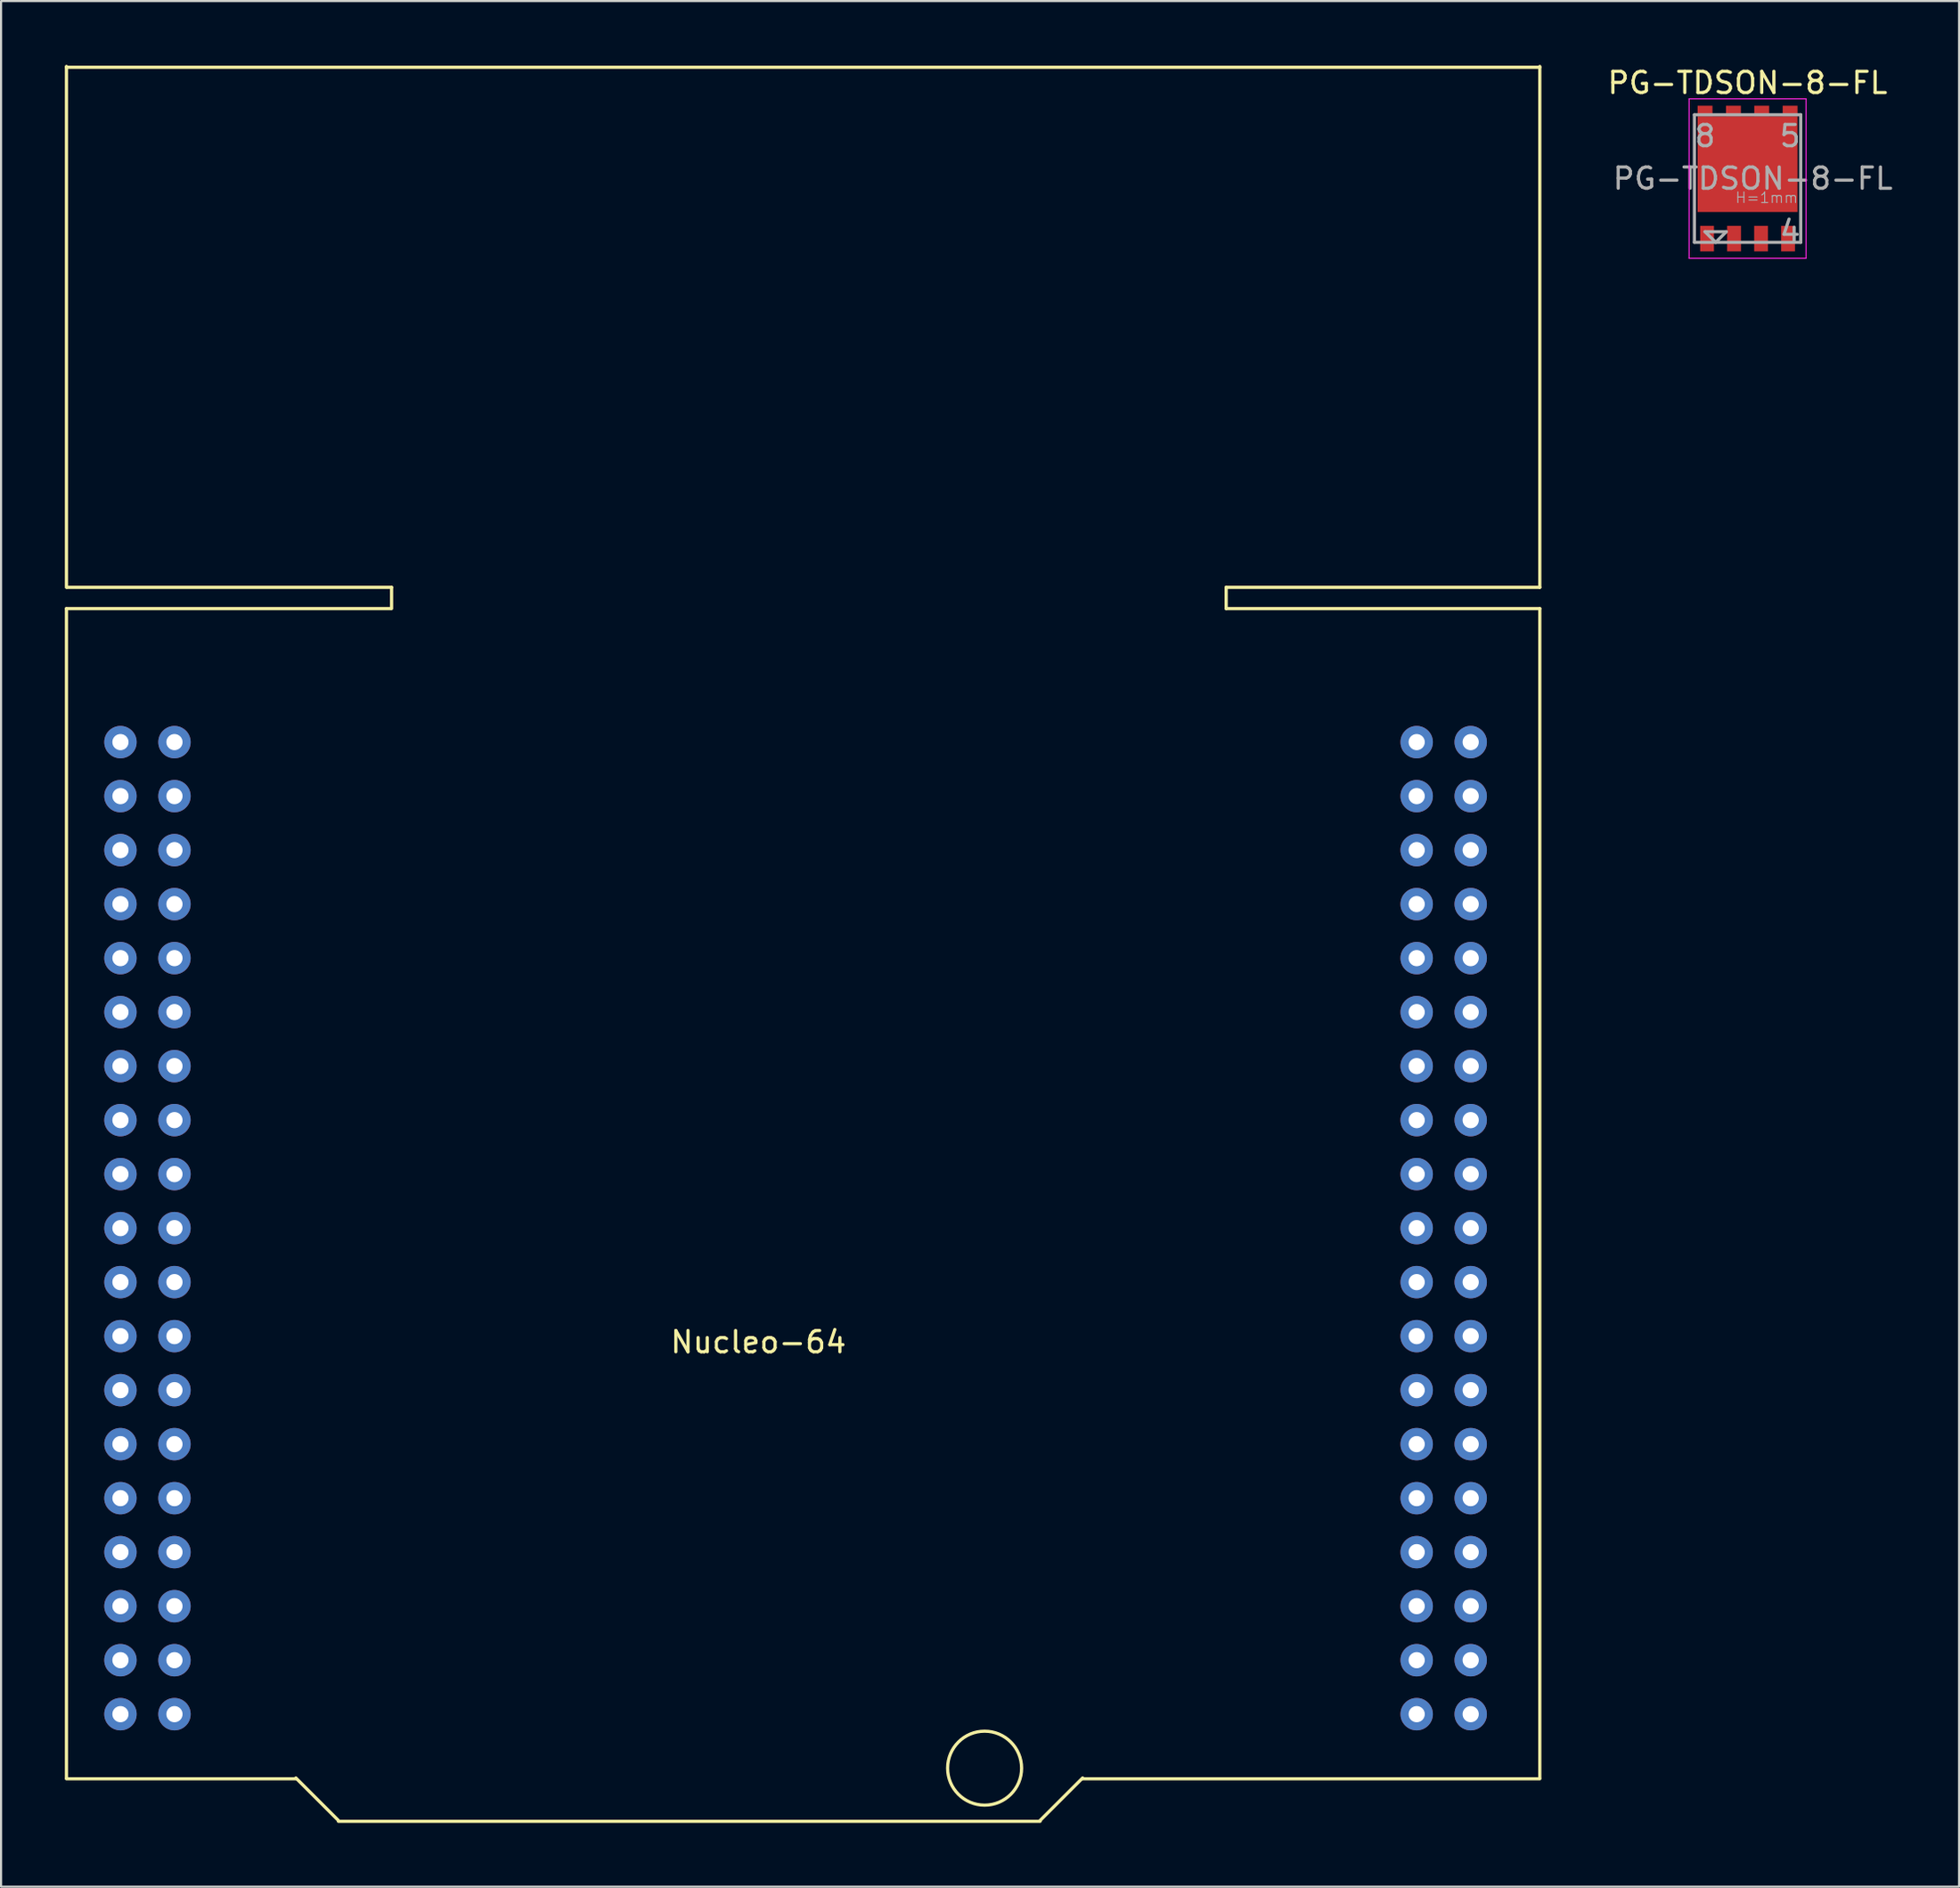
<source format=kicad_pcb>
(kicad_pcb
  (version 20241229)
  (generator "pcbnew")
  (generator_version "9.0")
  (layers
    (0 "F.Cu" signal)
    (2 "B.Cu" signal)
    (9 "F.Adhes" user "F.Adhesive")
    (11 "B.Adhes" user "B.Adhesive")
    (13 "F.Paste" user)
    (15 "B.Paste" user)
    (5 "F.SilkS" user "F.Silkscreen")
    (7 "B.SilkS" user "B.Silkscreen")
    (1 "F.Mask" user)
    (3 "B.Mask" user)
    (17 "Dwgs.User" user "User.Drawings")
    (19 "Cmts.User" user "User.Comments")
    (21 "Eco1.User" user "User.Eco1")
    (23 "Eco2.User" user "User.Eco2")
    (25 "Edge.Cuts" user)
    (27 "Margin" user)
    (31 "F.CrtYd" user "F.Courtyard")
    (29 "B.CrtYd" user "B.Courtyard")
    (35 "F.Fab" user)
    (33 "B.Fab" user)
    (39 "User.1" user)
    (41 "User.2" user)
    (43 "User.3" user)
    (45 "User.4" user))
  (footprint "PG-TDSON-8-FL"
    (layer "F.Cu")
    (at 79.136 5.348)
    (property "Reference" "PG-TDSON-8-FL" (at 0 -4.5 0) (layer "F.SilkS") (effects (font (size 1 1) (thickness 0.15))))
    (attr smd)
    (fp_line (start -2.75 3.75) (end -2.75 -3.75) (stroke (width 0.05) (type solid)) (layer "F.CrtYd"))
    (fp_line (start 2.75 -3.75) (end -2.75 -3.75) (stroke (width 0.05) (type solid)) (layer "F.CrtYd"))
    (fp_line (start 2.75 -3.75) (end 2.75 3.75) (stroke (width 0.05) (type solid)) (layer "F.CrtYd"))
    (fp_line (start 2.75 3.75) (end -2.75 3.75) (stroke (width 0.05) (type solid)) (layer "F.CrtYd"))
    (fp_line (start -2.5 -3) (end -2.5 3) (stroke (width 0.15) (type solid)) (layer "F.Fab"))
    (fp_line (start -2.5 3) (end 2.5 3) (stroke (width 0.15) (type solid)) (layer "F.Fab"))
    (fp_line (start -2 2.5) (end -1.5 3) (stroke (width 0.15) (type solid)) (layer "F.Fab"))
    (fp_line (start -1.5 3) (end -1 2.5) (stroke (width 0.15) (type solid)) (layer "F.Fab"))
    (fp_line (start -1 2.5) (end -2 2.5) (stroke (width 0.15) (type solid)) (layer "F.Fab"))
    (fp_line (start 2.5 -3) (end -2.5 -3) (stroke (width 0.15) (type solid)) (layer "F.Fab"))
    (fp_line (start 2.5 3) (end 2.5 -3) (stroke (width 0.15) (type solid)) (layer "F.Fab"))
    (fp_text user "H=1mm" (at 0.9 0.9 0) (layer "F.Fab") (effects (font (size 0.5 0.5) (thickness 0.05))))
    (fp_text user "${REFERENCE}" (at 0.25 0 0) (layer "F.Fab") (effects (font (size 1 1) (thickness 0.15))))
    (fp_text user "4" (at 2 2.5 0) (layer "F.Fab") (effects (font (size 1 1) (thickness 0.15))))
    (fp_text user "8" (at -2 -2 0) (layer "F.Fab") (effects (font (size 1 1) (thickness 0.15))))
    (fp_text user "5" (at 2 -2 0) (layer "F.Fab") (effects (font (size 1 1) (thickness 0.15))))
    (pad "" smd rect (at -1 -1.5) (size 1.5 1.5) (layers "F.Mask" "F.Paste"))
    (pad "" smd rect (at -1 0.5) (size 1.5 1.5) (layers "F.Mask" "F.Paste"))
    (pad "" smd rect (at 1 -1.5) (size 1.5 1.5) (layers "F.Mask" "F.Paste"))
    (pad "" smd rect (at 1 0.5) (size 1.5 1.5) (layers "F.Mask" "F.Paste"))
    (pad "D" smd rect (at -2 -3.175) (size 0.7 0.5) (layers "F.Cu" "F.Mask" "F.Paste"))
    (pad "D" smd rect (at -0.665 -3.175) (size 0.7 0.5) (layers "F.Cu" "F.Mask" "F.Paste"))
    (pad "D" smd rect (at 0 -0.675) (size 4.7 4.5) (layers "F.Cu" "F.Mask"))
    (pad "D" smd rect (at 0.665 -3.175) (size 0.7 0.5) (layers "F.Cu" "F.Mask" "F.Paste"))
    (pad "D" smd rect (at 2 -3.175) (size 0.7 0.5) (layers "F.Cu" "F.Mask" "F.Paste"))
    (pad "G" smd rect (at 1.905 2.825) (size 0.65 1.2) (layers "F.Cu" "F.Mask" "F.Paste"))
    (pad "S" smd rect (at -1.905 2.825) (size 0.65 1.2) (layers "F.Cu" "F.Mask" "F.Paste"))
    (pad "S" smd rect (at -0.635 2.825) (size 0.65 1.2) (layers "F.Cu" "F.Mask" "F.Paste"))
    (pad "S" smd rect (at 0.635 2.825) (size 0.65 1.2) (layers "F.Cu" "F.Mask" "F.Paste")))
  (footprint "Nucleo-64"
    (layer "F.Cu")
    (at 2.615 77.575)
    (property "Reference" "Nucleo-64" (at 30 -17.5 0) (layer "F.SilkS") (effects (font (size 1 1) (thickness 0.15))))
    (attr through_hole)
    (fp_line (start -2.54 -77.5) (end -2.54 -53) (stroke (width 0.15) (type solid)) (layer "F.SilkS"))
    (fp_line (start -2.54 -52) (end -2.54 3) (stroke (width 0.15) (type solid)) (layer "F.SilkS"))
    (fp_line (start -2.54 3.04) (end 8.25 3.04) (stroke (width 0.15) (type solid)) (layer "F.SilkS"))
    (fp_line (start -2.5 -53) (end 12.75 -53) (stroke (width 0.15) (type solid)) (layer "F.SilkS"))
    (fp_line (start 8.25 3) (end 10.25 5) (stroke (width 0.15) (type solid)) (layer "F.SilkS"))
    (fp_line (start 10.25 5.04) (end 43.25 5.04) (stroke (width 0.15) (type solid)) (layer "F.SilkS"))
    (fp_line (start 12.7 -52) (end -2.54 -52) (stroke (width 0.15) (type solid)) (layer "F.SilkS"))
    (fp_line (start 12.75 -53) (end 12.75 -52) (stroke (width 0.15) (type solid)) (layer "F.SilkS"))
    (fp_line (start 43.23 5.02) (end 45.25 3) (stroke (width 0.15) (type solid)) (layer "F.SilkS"))
    (fp_line (start 45.25 3.04) (end 66.75 3.04) (stroke (width 0.15) (type solid)) (layer "F.SilkS"))
    (fp_line (start 52 -53) (end 66.75 -53) (stroke (width 0.15) (type solid)) (layer "F.SilkS"))
    (fp_line (start 52 -52) (end 52 -53) (stroke (width 0.15) (type solid)) (layer "F.SilkS"))
    (fp_line (start 66.75 -53) (end 66.75 -77.5) (stroke (width 0.15) (type solid)) (layer "F.SilkS"))
    (fp_line (start 66.75 -52) (end 52 -52) (stroke (width 0.15) (type solid)) (layer "F.SilkS"))
    (fp_line (start 66.75 3) (end 66.75 -52) (stroke (width 0.15) (type solid)) (layer "F.SilkS"))
    (fp_line (start 66.75 -77.46) (end -2.54 -77.46) (stroke (width 0.15) (type solid)) (layer "F.SilkS"))
    (fp_circle (center 40.64 2.54) (end 41.87 3.77) (stroke (width 0.15) (type solid)) (fill no) (layer "F.SilkS"))
    (pad "1" thru_hole circle (at 0 -45.72) (size 1.524 1.524) (drill 0.762) (layers "*.Cu" "*.Mask"))
    (pad "2" thru_hole circle (at 2.54 -45.72) (size 1.524 1.524) (drill 0.762) (layers "*.Cu" "*.Mask"))
    (pad "3" thru_hole circle (at 0 -43.18) (size 1.524 1.524) (drill 0.762) (layers "*.Cu" "*.Mask"))
    (pad "4" thru_hole circle (at 2.54 -43.18) (size 1.524 1.524) (drill 0.762) (layers "*.Cu" "*.Mask"))
    (pad "5" thru_hole circle (at 0 -40.64) (size 1.524 1.524) (drill 0.762) (layers "*.Cu" "*.Mask"))
    (pad "6" thru_hole circle (at 2.54 -40.64) (size 1.524 1.524) (drill 0.762) (layers "*.Cu" "*.Mask"))
    (pad "7" thru_hole circle (at 0 -38.1) (size 1.524 1.524) (drill 0.762) (layers "*.Cu" "*.Mask"))
    (pad "8" thru_hole circle (at 2.54 -38.1) (size 1.524 1.524) (drill 0.762) (layers "*.Cu" "*.Mask"))
    (pad "9" thru_hole circle (at 0 -35.56) (size 1.524 1.524) (drill 0.762) (layers "*.Cu" "*.Mask"))
    (pad "10" thru_hole circle (at 2.54 -35.56) (size 1.524 1.524) (drill 0.762) (layers "*.Cu" "*.Mask"))
    (pad "11" thru_hole circle (at 0 -33.02) (size 1.524 1.524) (drill 0.762) (layers "*.Cu" "*.Mask"))
    (pad "12" thru_hole circle (at 2.54 -33.02) (size 1.524 1.524) (drill 0.762) (layers "*.Cu" "*.Mask"))
    (pad "13" thru_hole circle (at 0 -30.48) (size 1.524 1.524) (drill 0.762) (layers "*.Cu" "*.Mask"))
    (pad "14" thru_hole circle (at 2.54 -30.48) (size 1.524 1.524) (drill 0.762) (layers "*.Cu" "*.Mask"))
    (pad "15" thru_hole circle (at 0 -27.94) (size 1.524 1.524) (drill 0.762) (layers "*.Cu" "*.Mask"))
    (pad "16" thru_hole circle (at 2.54 -27.94) (size 1.524 1.524) (drill 0.762) (layers "*.Cu" "*.Mask"))
    (pad "17" thru_hole circle (at 0 -25.4) (size 1.524 1.524) (drill 0.762) (layers "*.Cu" "*.Mask"))
    (pad "18" thru_hole circle (at 2.54 -25.4) (size 1.524 1.524) (drill 0.762) (layers "*.Cu" "*.Mask"))
    (pad "19" thru_hole circle (at 0 -22.86) (size 1.524 1.524) (drill 0.762) (layers "*.Cu" "*.Mask"))
    (pad "20" thru_hole circle (at 2.54 -22.86) (size 1.524 1.524) (drill 0.762) (layers "*.Cu" "*.Mask"))
    (pad "21" thru_hole circle (at 0 -20.32) (size 1.524 1.524) (drill 0.762) (layers "*.Cu" "*.Mask"))
    (pad "22" thru_hole circle (at 2.54 -20.32) (size 1.524 1.524) (drill 0.762) (layers "*.Cu" "*.Mask"))
    (pad "23" thru_hole circle (at 0 -17.78) (size 1.524 1.524) (drill 0.762) (layers "*.Cu" "*.Mask"))
    (pad "24" thru_hole circle (at 2.54 -17.78) (size 1.524 1.524) (drill 0.762) (layers "*.Cu" "*.Mask"))
    (pad "25" thru_hole circle (at 0 -15.24) (size 1.524 1.524) (drill 0.762) (layers "*.Cu" "*.Mask"))
    (pad "26" thru_hole circle (at 2.54 -15.24) (size 1.524 1.524) (drill 0.762) (layers "*.Cu" "*.Mask"))
    (pad "27" thru_hole circle (at 0 -12.7) (size 1.524 1.524) (drill 0.762) (layers "*.Cu" "*.Mask"))
    (pad "28" thru_hole circle (at 2.54 -12.7) (size 1.524 1.524) (drill 0.762) (layers "*.Cu" "*.Mask"))
    (pad "29" thru_hole circle (at 0 -10.16) (size 1.524 1.524) (drill 0.762) (layers "*.Cu" "*.Mask"))
    (pad "30" thru_hole circle (at 2.54 -10.16) (size 1.524 1.524) (drill 0.762) (layers "*.Cu" "*.Mask"))
    (pad "31" thru_hole circle (at 0 -7.62) (size 1.524 1.524) (drill 0.762) (layers "*.Cu" "*.Mask"))
    (pad "32" thru_hole circle (at 2.54 -7.62) (size 1.524 1.524) (drill 0.762) (layers "*.Cu" "*.Mask"))
    (pad "33" thru_hole circle (at 0 -5.08) (size 1.524 1.524) (drill 0.762) (layers "*.Cu" "*.Mask"))
    (pad "34" thru_hole circle (at 2.54 -5.08) (size 1.524 1.524) (drill 0.762) (layers "*.Cu" "*.Mask"))
    (pad "35" thru_hole circle (at 0 -2.54) (size 1.524 1.524) (drill 0.762) (layers "*.Cu" "*.Mask"))
    (pad "36" thru_hole circle (at 2.54 -2.54) (size 1.524 1.524) (drill 0.762) (layers "*.Cu" "*.Mask"))
    (pad "37" thru_hole circle (at 0 0) (size 1.524 1.524) (drill 0.762) (layers "*.Cu" "*.Mask"))
    (pad "38" thru_hole circle (at 2.54 0) (size 1.524 1.524) (drill 0.762) (layers "*.Cu" "*.Mask"))
    (pad "39" thru_hole circle (at 60.96 -45.72) (size 1.524 1.524) (drill 0.762) (layers "*.Cu" "*.Mask"))
    (pad "40" thru_hole circle (at 63.5 -45.72) (size 1.524 1.524) (drill 0.762) (layers "*.Cu" "*.Mask"))
    (pad "41" thru_hole circle (at 60.96 -43.18) (size 1.524 1.524) (drill 0.762) (layers "*.Cu" "*.Mask"))
    (pad "42" thru_hole circle (at 63.5 -43.18) (size 1.524 1.524) (drill 0.762) (layers "*.Cu" "*.Mask"))
    (pad "43" thru_hole circle (at 60.96 -40.64) (size 1.524 1.524) (drill 0.762) (layers "*.Cu" "*.Mask"))
    (pad "44" thru_hole circle (at 63.5 -40.64) (size 1.524 1.524) (drill 0.762) (layers "*.Cu" "*.Mask"))
    (pad "45" thru_hole circle (at 60.96 -38.1) (size 1.524 1.524) (drill 0.762) (layers "*.Cu" "*.Mask"))
    (pad "46" thru_hole circle (at 63.5 -38.1) (size 1.524 1.524) (drill 0.762) (layers "*.Cu" "*.Mask"))
    (pad "47" thru_hole circle (at 60.96 -35.56) (size 1.524 1.524) (drill 0.762) (layers "*.Cu" "*.Mask"))
    (pad "48" thru_hole circle (at 63.5 -35.56) (size 1.524 1.524) (drill 0.762) (layers "*.Cu" "*.Mask"))
    (pad "49" thru_hole circle (at 60.96 -33.02) (size 1.524 1.524) (drill 0.762) (layers "*.Cu" "*.Mask"))
    (pad "50" thru_hole circle (at 63.5 -33.02) (size 1.524 1.524) (drill 0.762) (layers "*.Cu" "*.Mask"))
    (pad "51" thru_hole circle (at 60.96 -30.48) (size 1.524 1.524) (drill 0.762) (layers "*.Cu" "*.Mask"))
    (pad "52" thru_hole circle (at 63.5 -30.48) (size 1.524 1.524) (drill 0.762) (layers "*.Cu" "*.Mask"))
    (pad "53" thru_hole circle (at 60.96 -27.94) (size 1.524 1.524) (drill 0.762) (layers "*.Cu" "*.Mask"))
    (pad "54" thru_hole circle (at 63.5 -27.94) (size 1.524 1.524) (drill 0.762) (layers "*.Cu" "*.Mask"))
    (pad "55" thru_hole circle (at 60.96 -25.4) (size 1.524 1.524) (drill 0.762) (layers "*.Cu" "*.Mask"))
    (pad "56" thru_hole circle (at 63.5 -25.4) (size 1.524 1.524) (drill 0.762) (layers "*.Cu" "*.Mask"))
    (pad "57" thru_hole circle (at 60.96 -22.86) (size 1.524 1.524) (drill 0.762) (layers "*.Cu" "*.Mask"))
    (pad "58" thru_hole circle (at 63.5 -22.86) (size 1.524 1.524) (drill 0.762) (layers "*.Cu" "*.Mask"))
    (pad "59" thru_hole circle (at 60.96 -20.32) (size 1.524 1.524) (drill 0.762) (layers "*.Cu" "*.Mask"))
    (pad "60" thru_hole circle (at 63.5 -20.32) (size 1.524 1.524) (drill 0.762) (layers "*.Cu" "*.Mask"))
    (pad "61" thru_hole circle (at 60.96 -17.78) (size 1.524 1.524) (drill 0.762) (layers "*.Cu" "*.Mask"))
    (pad "62" thru_hole circle (at 63.5 -17.78) (size 1.524 1.524) (drill 0.762) (layers "*.Cu" "*.Mask"))
    (pad "63" thru_hole circle (at 60.96 -15.24) (size 1.524 1.524) (drill 0.762) (layers "*.Cu" "*.Mask"))
    (pad "64" thru_hole circle (at 63.5 -15.24) (size 1.524 1.524) (drill 0.762) (layers "*.Cu" "*.Mask"))
    (pad "65" thru_hole circle (at 60.96 -12.7) (size 1.524 1.524) (drill 0.762) (layers "*.Cu" "*.Mask"))
    (pad "66" thru_hole circle (at 63.5 -12.7) (size 1.524 1.524) (drill 0.762) (layers "*.Cu" "*.Mask"))
    (pad "67" thru_hole circle (at 60.96 -10.16) (size 1.524 1.524) (drill 0.762) (layers "*.Cu" "*.Mask"))
    (pad "68" thru_hole circle (at 63.5 -10.16) (size 1.524 1.524) (drill 0.762) (layers "*.Cu" "*.Mask"))
    (pad "69" thru_hole circle (at 60.96 -7.62) (size 1.524 1.524) (drill 0.762) (layers "*.Cu" "*.Mask"))
    (pad "70" thru_hole circle (at 63.5 -7.62) (size 1.524 1.524) (drill 0.762) (layers "*.Cu" "*.Mask"))
    (pad "71" thru_hole circle (at 60.96 -5.08) (size 1.524 1.524) (drill 0.762) (layers "*.Cu" "*.Mask"))
    (pad "72" thru_hole circle (at 63.5 -5.08) (size 1.524 1.524) (drill 0.762) (layers "*.Cu" "*.Mask"))
    (pad "73" thru_hole circle (at 60.96 -2.54) (size 1.524 1.524) (drill 0.762) (layers "*.Cu" "*.Mask"))
    (pad "74" thru_hole circle (at 63.5 -2.54) (size 1.524 1.524) (drill 0.762) (layers "*.Cu" "*.Mask"))
    (pad "75" thru_hole circle (at 60.96 0) (size 1.524 1.524) (drill 0.762) (layers "*.Cu" "*.Mask"))
    (pad "76" thru_hole circle (at 63.5 0) (size 1.524 1.524) (drill 0.762) (layers "*.Cu" "*.Mask")))
  (gr_rect
    (start -3 -3)
    (end 89.083 85.69)
    (stroke (width 0.1) (type default))
    (fill no)
    (layer "Edge.Cuts")))
</source>
